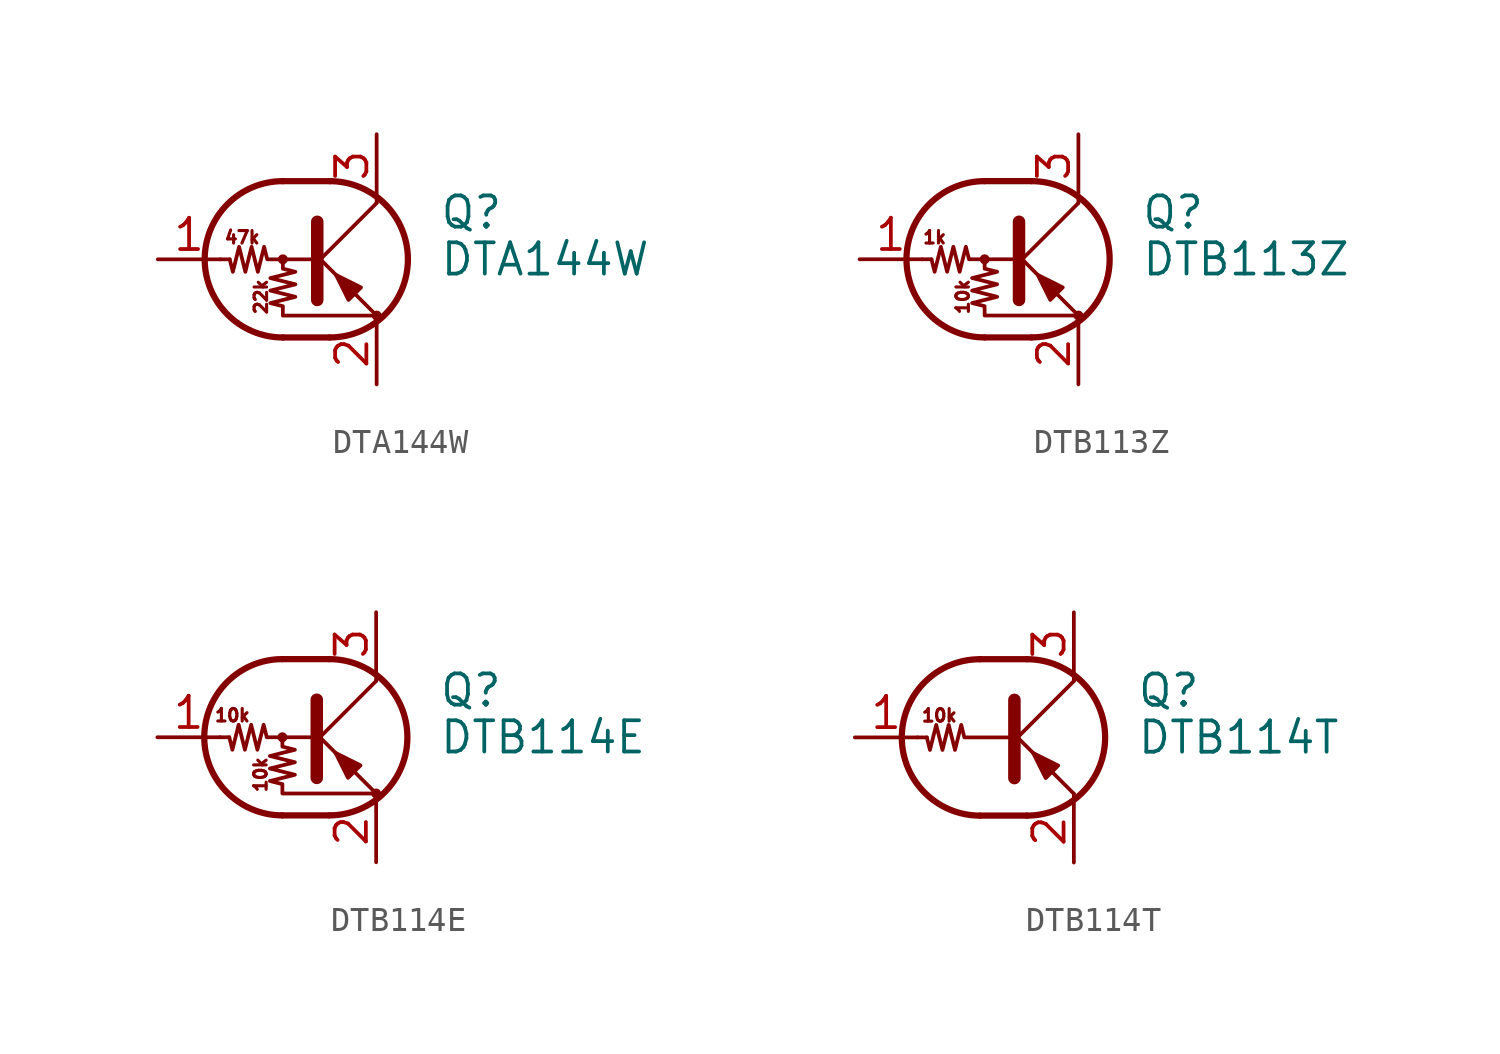
<source format=kicad_sym>
(kicad_symbol_lib
  (version 20200908)
  (generator kicad_symbol_editor)
  (symbol "Transistor_BJT:DTA144W"
    (pin_names
      (offset 0) hide)
    (property "Reference" "Q"
      (at 5.08 1.905 0)
      (effects (font (size 1.27 1.27)) (justify left)))
    (property "Value" "DTA144W"
      (at 5.08 0 0)
      (effects (font (size 1.27 1.27)) (justify left)))
    (symbol "DTA144W_0_1"
      (arc (start -1.27 3.175) (end -1.27 -3.175) (radius (at -1.27 0) (length 3.175) (angles 90.1 -90.1)) (stroke (width 0.254)) (fill (type none)))
      (arc (start 0.635 -3.175) (end 0.635 3.175) (radius (at 0.635 0) (length 3.175) (angles -89.9 89.9)) (stroke (width 0.254)) (fill (type none)))
      (circle (center -1.27 0) (radius 0.127) (stroke (width 0)) (fill (type none)))
      (circle (center 2.54 -2.286) (radius 0.127) (stroke (width 0)) (fill (type none)))
      (polyline (pts (xy -3.429 0) (xy -3.81 0)) (stroke (width 0)) (fill (type none)))
      (polyline (pts (xy -1.27 -3.175) (xy 0.635 -3.175)) (stroke (width 0.254)) (fill (type none)))
      (polyline (pts (xy -1.27 3.175) (xy 0.635 3.175)) (stroke (width 0.254)) (fill (type none)))
      (polyline (pts (xy 0 -0.254) (xy 2.54 2.286)) (stroke (width 0)) (fill (type none)))
      (polyline (pts (xy 0.127 1.524) (xy 0.127 -1.651)) (stroke (width 0.508)) (fill (type outline)))
      (polyline (pts (xy 2.54 2.286) (xy 2.54 2.54)) (stroke (width 0)) (fill (type none)))
      (polyline (pts (xy 2.54 -2.286) (xy 0 0.254) (xy 0 0.254)) (stroke (width 0)) (fill (type none)))
      (polyline (pts (xy 1.397 -1.651) (xy 1.905 -1.143) (xy 0.889 -0.635) (xy 1.397 -1.651)) (stroke (width 0)) (fill (type outline)))
      (polyline (pts (xy 0 0) (xy -1.905 0) (xy -2.032 0.508) (xy -2.286 -0.508) (xy -2.54 0.508) (xy -2.794 -0.508) (xy -3.048 0.508) (xy -3.302 -0.508) (xy -3.429 0)) (stroke (width 0)) (fill (type none)))
      (polyline (pts (xy -1.27 0) (xy -1.27 -0.381) (xy -0.762 -0.508) (xy -1.778 -0.762) (xy -0.762 -1.016) (xy -1.778 -1.27) (xy -0.762 -1.524) (xy -1.778 -1.778) (xy -1.27 -1.905) (xy -1.27 -2.286) (xy 2.54 -2.286)) (stroke (width 0)) (fill (type none))))
    (symbol "DTA144W_0_0"
      (text "22k" (at -2.159 -1.524 900) (effects (font (size 0.508 0.508))))
      (text "47k" (at -2.921 0.889 0) (effects (font (size 0.508 0.508)))))
    (symbol "DTA144W_1_1"
      (pin input line (at -6.35 0 0) (length 2.54) (name "B" (effects (font (size 1.27 1.27)))) (number "1" (effects (font (size 1.27 1.27)))))
      (pin passive line (at 2.54 -5.08 90) (length 2.54) (name "E" (effects (font (size 1.27 1.27)))) (number "2" (effects (font (size 1.27 1.27)))))
      (pin passive line (at 2.54 5.08 270) (length 2.54) (name "C" (effects (font (size 1.27 1.27)))) (number "3" (effects (font (size 1.27 1.27)))))))
  (symbol "Transistor_BJT:DTB113Z"
    (pin_names
      (offset 0) hide)
    (property "Reference" "Q"
      (at 5.08 1.905 0)
      (effects (font (size 1.27 1.27)) (justify left)))
    (property "Value" "DTB113Z"
      (at 5.08 0 0)
      (effects (font (size 1.27 1.27)) (justify left)))
    (symbol "DTB113Z_0_1"
      (arc (start -1.27 3.175) (end -1.27 -3.175) (radius (at -1.27 0) (length 3.175) (angles 90.1 -90.1)) (stroke (width 0.254)) (fill (type none)))
      (arc (start 0.635 -3.175) (end 0.635 3.175) (radius (at 0.635 0) (length 3.175) (angles -89.9 89.9)) (stroke (width 0.254)) (fill (type none)))
      (circle (center -1.27 0) (radius 0.127) (stroke (width 0)) (fill (type none)))
      (circle (center 2.54 -2.286) (radius 0.127) (stroke (width 0)) (fill (type none)))
      (polyline (pts (xy -3.429 0) (xy -3.81 0)) (stroke (width 0)) (fill (type none)))
      (polyline (pts (xy -1.27 -3.175) (xy 0.635 -3.175)) (stroke (width 0.254)) (fill (type none)))
      (polyline (pts (xy -1.27 3.175) (xy 0.635 3.175)) (stroke (width 0.254)) (fill (type none)))
      (polyline (pts (xy 0 -0.254) (xy 2.54 2.286)) (stroke (width 0)) (fill (type none)))
      (polyline (pts (xy 0.127 1.524) (xy 0.127 -1.651)) (stroke (width 0.508)) (fill (type outline)))
      (polyline (pts (xy 2.54 2.286) (xy 2.54 2.54)) (stroke (width 0)) (fill (type none)))
      (polyline (pts (xy 2.54 -2.286) (xy 0 0.254) (xy 0 0.254)) (stroke (width 0)) (fill (type none)))
      (polyline (pts (xy 1.397 -1.651) (xy 1.905 -1.143) (xy 0.889 -0.635) (xy 1.397 -1.651)) (stroke (width 0)) (fill (type outline)))
      (polyline (pts (xy 0 0) (xy -1.905 0) (xy -2.032 0.508) (xy -2.286 -0.508) (xy -2.54 0.508) (xy -2.794 -0.508) (xy -3.048 0.508) (xy -3.302 -0.508) (xy -3.429 0)) (stroke (width 0)) (fill (type none)))
      (polyline (pts (xy -1.27 0) (xy -1.27 -0.381) (xy -0.762 -0.508) (xy -1.778 -0.762) (xy -0.762 -1.016) (xy -1.778 -1.27) (xy -0.762 -1.524) (xy -1.778 -1.778) (xy -1.27 -1.905) (xy -1.27 -2.286) (xy 2.54 -2.286)) (stroke (width 0)) (fill (type none))))
    (symbol "DTB113Z_0_0"
      (text "10k" (at -2.159 -1.524 900) (effects (font (size 0.508 0.508))))
      (text "1k" (at -3.302 0.889 0) (effects (font (size 0.508 0.508)))))
    (symbol "DTB113Z_1_1"
      (pin input line (at -6.35 0 0) (length 2.54) (name "B" (effects (font (size 1.27 1.27)))) (number "1" (effects (font (size 1.27 1.27)))))
      (pin passive line (at 2.54 -5.08 90) (length 2.54) (name "E" (effects (font (size 1.27 1.27)))) (number "2" (effects (font (size 1.27 1.27)))))
      (pin passive line (at 2.54 5.08 270) (length 2.54) (name "C" (effects (font (size 1.27 1.27)))) (number "3" (effects (font (size 1.27 1.27)))))))
  (symbol "Transistor_BJT:DTB114E"
    (pin_names
      (offset 0) hide)
    (property "Reference" "Q"
      (at 5.08 1.905 0)
      (effects (font (size 1.27 1.27)) (justify left)))
    (property "Value" "DTB114E"
      (at 5.08 0 0)
      (effects (font (size 1.27 1.27)) (justify left)))
    (symbol "DTB114E_0_1"
      (arc (start -1.27 3.175) (end -1.27 -3.175) (radius (at -1.27 0) (length 3.175) (angles 90.1 -90.1)) (stroke (width 0.254)) (fill (type none)))
      (arc (start 0.635 -3.175) (end 0.635 3.175) (radius (at 0.635 0) (length 3.175) (angles -89.9 89.9)) (stroke (width 0.254)) (fill (type none)))
      (circle (center -1.27 0) (radius 0.127) (stroke (width 0)) (fill (type none)))
      (circle (center 2.54 -2.286) (radius 0.127) (stroke (width 0)) (fill (type none)))
      (polyline (pts (xy -3.429 0) (xy -3.81 0)) (stroke (width 0)) (fill (type none)))
      (polyline (pts (xy -1.27 -3.175) (xy 0.635 -3.175)) (stroke (width 0.254)) (fill (type none)))
      (polyline (pts (xy -1.27 3.175) (xy 0.635 3.175)) (stroke (width 0.254)) (fill (type none)))
      (polyline (pts (xy 0 -0.254) (xy 2.54 2.286)) (stroke (width 0)) (fill (type none)))
      (polyline (pts (xy 0.127 1.524) (xy 0.127 -1.651)) (stroke (width 0.508)) (fill (type outline)))
      (polyline (pts (xy 2.54 2.286) (xy 2.54 2.54)) (stroke (width 0)) (fill (type none)))
      (polyline (pts (xy 2.54 -2.286) (xy 0 0.254) (xy 0 0.254)) (stroke (width 0)) (fill (type none)))
      (polyline (pts (xy 1.397 -1.651) (xy 1.905 -1.143) (xy 0.889 -0.635) (xy 1.397 -1.651)) (stroke (width 0)) (fill (type outline)))
      (polyline (pts (xy 0 0) (xy -1.905 0) (xy -2.032 0.508) (xy -2.286 -0.508) (xy -2.54 0.508) (xy -2.794 -0.508) (xy -3.048 0.508) (xy -3.302 -0.508) (xy -3.429 0)) (stroke (width 0)) (fill (type none)))
      (polyline (pts (xy -1.27 0) (xy -1.27 -0.381) (xy -0.762 -0.508) (xy -1.778 -0.762) (xy -0.762 -1.016) (xy -1.778 -1.27) (xy -0.762 -1.524) (xy -1.778 -1.778) (xy -1.27 -1.905) (xy -1.27 -2.286) (xy 2.54 -2.286)) (stroke (width 0)) (fill (type none))))
    (symbol "DTB114E_0_0"
      (text "10k" (at -3.302 0.889 0) (effects (font (size 0.508 0.508))))
      (text "10k" (at -2.159 -1.524 900) (effects (font (size 0.508 0.508)))))
    (symbol "DTB114E_1_1"
      (pin input line (at -6.35 0 0) (length 2.54) (name "B" (effects (font (size 1.27 1.27)))) (number "1" (effects (font (size 1.27 1.27)))))
      (pin passive line (at 2.54 -5.08 90) (length 2.54) (name "E" (effects (font (size 1.27 1.27)))) (number "2" (effects (font (size 1.27 1.27)))))
      (pin passive line (at 2.54 5.08 270) (length 2.54) (name "C" (effects (font (size 1.27 1.27)))) (number "3" (effects (font (size 1.27 1.27)))))))
  (symbol "Transistor_BJT:DTB114T"
    (pin_names
      (offset 0) hide)
    (property "Reference" "Q"
      (at 5.08 1.905 0)
      (effects (font (size 1.27 1.27)) (justify left)))
    (property "Value" "DTB114T"
      (at 5.08 0 0)
      (effects (font (size 1.27 1.27)) (justify left)))
    (symbol "DTB114T_0_1"
      (arc (start -1.27 3.175) (end -1.27 -3.175) (radius (at -1.27 0) (length 3.175) (angles 90.1 -90.1)) (stroke (width 0.254)) (fill (type none)))
      (arc (start 0.635 -3.175) (end 0.635 3.175) (radius (at 0.635 0) (length 3.175) (angles -89.9 89.9)) (stroke (width 0.254)) (fill (type none)))
      (polyline (pts (xy -3.429 0) (xy -3.81 0)) (stroke (width 0)) (fill (type none)))
      (polyline (pts (xy -1.27 -3.175) (xy 0.635 -3.175)) (stroke (width 0.254)) (fill (type none)))
      (polyline (pts (xy -1.27 3.175) (xy 0.635 3.175)) (stroke (width 0.254)) (fill (type none)))
      (polyline (pts (xy 0 -0.254) (xy 2.54 2.286)) (stroke (width 0)) (fill (type none)))
      (polyline (pts (xy 0.127 1.524) (xy 0.127 -1.651)) (stroke (width 0.508)) (fill (type outline)))
      (polyline (pts (xy 2.54 2.286) (xy 2.54 2.54)) (stroke (width 0)) (fill (type none)))
      (polyline (pts (xy 2.54 -2.286) (xy 0 0.254) (xy 0 0.254)) (stroke (width 0)) (fill (type none)))
      (polyline (pts (xy 1.397 -1.651) (xy 1.905 -1.143) (xy 0.889 -0.635) (xy 1.397 -1.651)) (stroke (width 0)) (fill (type outline)))
      (polyline (pts (xy 0 0) (xy -1.905 0) (xy -2.032 0.508) (xy -2.286 -0.508) (xy -2.54 0.508) (xy -2.794 -0.508) (xy -3.048 0.508) (xy -3.302 -0.508) (xy -3.429 0)) (stroke (width 0)) (fill (type none))))
    (symbol "DTB114T_0_0"
      (text "10k" (at -2.921 0.889 0) (effects (font (size 0.508 0.508))))
      (polyline (pts (xy 2.54 -2.286) (xy 2.54 -2.54)) (stroke (width 0)) (fill (type none))))
    (symbol "DTB114T_1_1"
      (pin input line (at -6.35 0 0) (length 2.54) (name "B" (effects (font (size 1.27 1.27)))) (number "1" (effects (font (size 1.27 1.27)))))
      (pin passive line (at 2.54 -5.08 90) (length 2.54) (name "E" (effects (font (size 1.27 1.27)))) (number "2" (effects (font (size 1.27 1.27)))))
      (pin passive line (at 2.54 5.08 270) (length 2.54) (name "C" (effects (font (size 1.27 1.27)))) (number "3" (effects (font (size 1.27 1.27))))))))
</source>
